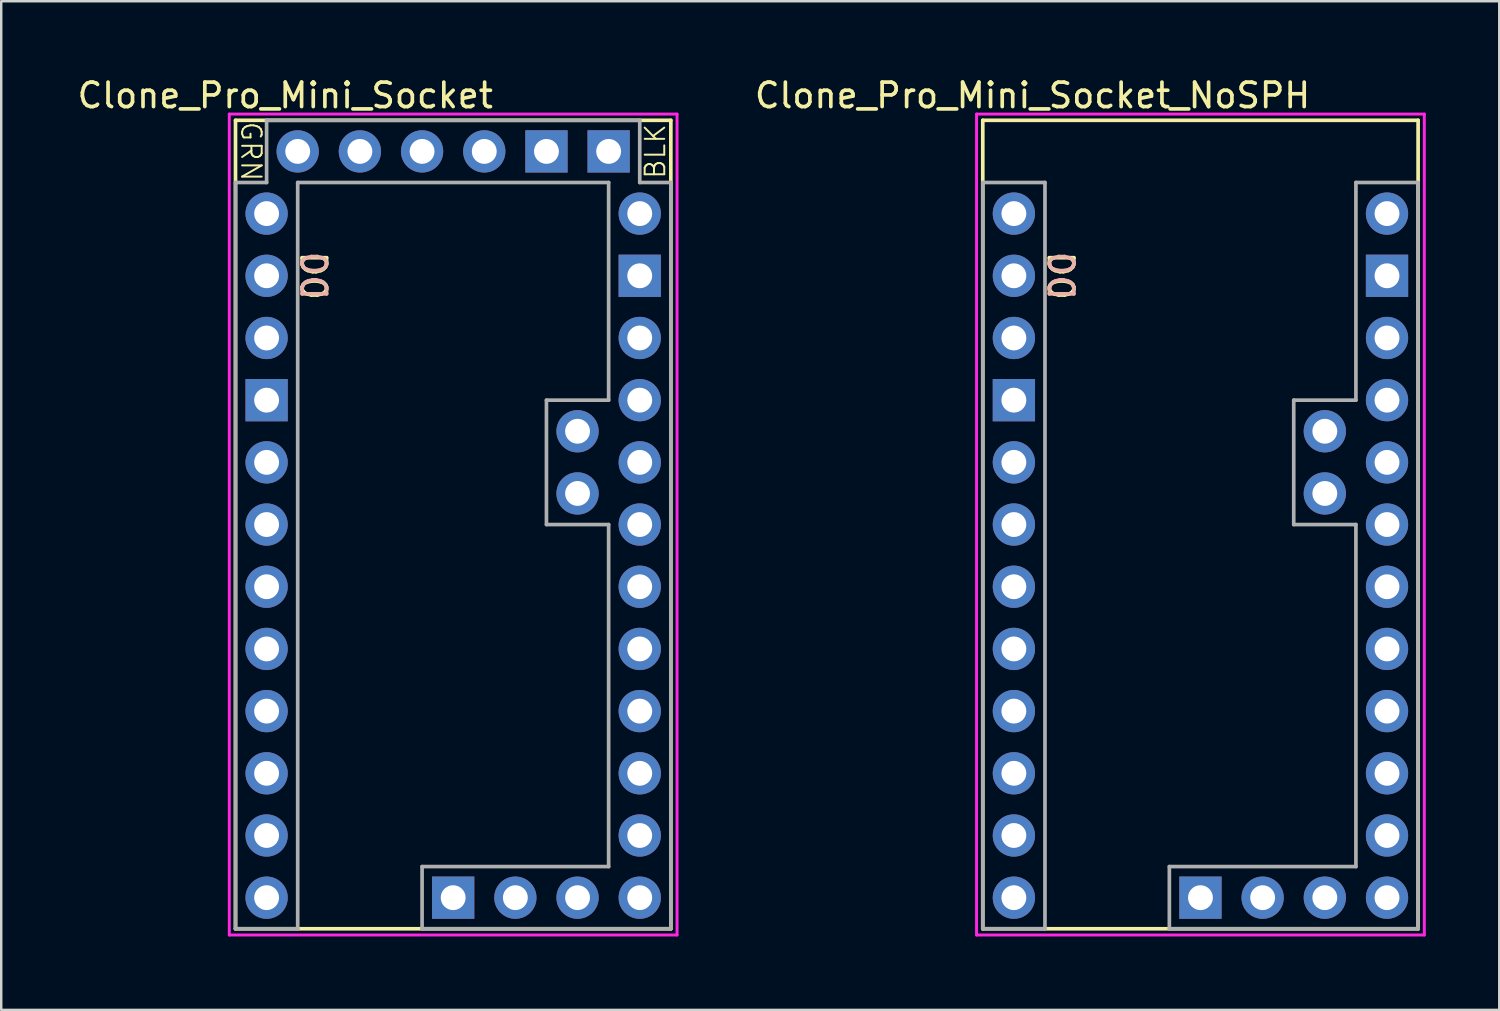
<source format=kicad_pcb>
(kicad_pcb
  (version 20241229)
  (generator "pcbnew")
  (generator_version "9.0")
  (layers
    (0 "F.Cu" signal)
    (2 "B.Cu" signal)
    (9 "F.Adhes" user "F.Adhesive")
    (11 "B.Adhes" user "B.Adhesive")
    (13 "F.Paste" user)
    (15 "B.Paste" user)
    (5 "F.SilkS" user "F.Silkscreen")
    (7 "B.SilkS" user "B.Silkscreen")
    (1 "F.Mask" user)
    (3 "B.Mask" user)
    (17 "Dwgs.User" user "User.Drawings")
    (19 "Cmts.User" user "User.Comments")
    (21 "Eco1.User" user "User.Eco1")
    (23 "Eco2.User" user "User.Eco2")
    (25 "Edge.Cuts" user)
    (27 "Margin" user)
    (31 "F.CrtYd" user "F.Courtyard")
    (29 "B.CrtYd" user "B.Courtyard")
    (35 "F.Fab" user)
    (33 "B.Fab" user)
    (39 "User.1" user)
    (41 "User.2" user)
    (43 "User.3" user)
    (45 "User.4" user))
  (footprint "Clone_Pro_Mini_Socket"
    (layer "F.Cu")
    (at 15.459 18.374)
    (property "Reference" "Clone_Pro_Mini_Socket" (at -6.858 -17.526 0) (layer "F.SilkS") (effects (font (size 1 1) (thickness 0.15))))
    (attr through_hole)
    (fp_line (start -8.89 -16.51) (end -8.89 16.51) (stroke (width 0.15) (type solid)) (layer "F.SilkS"))
    (fp_line (start 8.89 -16.51) (end -8.89 -16.51) (stroke (width 0.15) (type solid)) (layer "F.SilkS"))
    (fp_line (start 8.89 -16.51) (end 8.89 16.51) (stroke (width 0.15) (type solid)) (layer "F.SilkS"))
    (fp_line (start 8.89 16.51) (end -8.89 16.51) (stroke (width 0.15) (type solid)) (layer "F.SilkS"))
    (fp_line (start -9.144 -16.764) (end 9.144 -16.764) (stroke (width 0.12) (type solid)) (layer "F.CrtYd"))
    (fp_line (start -9.144 16.764) (end -9.144 -16.764) (stroke (width 0.12) (type solid)) (layer "F.CrtYd"))
    (fp_line (start 9.144 -16.764) (end 9.144 16.764) (stroke (width 0.12) (type solid)) (layer "F.CrtYd"))
    (fp_line (start 9.144 16.764) (end -9.144 16.764) (stroke (width 0.12) (type solid)) (layer "F.CrtYd"))
    (fp_line (start -8.89 -13.97) (end -8.89 16.51) (stroke (width 0.15) (type solid)) (layer "F.Fab"))
    (fp_line (start -8.89 -13.97) (end -7.62 -13.97) (stroke (width 0.15) (type solid)) (layer "F.Fab"))
    (fp_line (start -8.89 16.51) (end -6.35 16.51) (stroke (width 0.15) (type solid)) (layer "F.Fab"))
    (fp_line (start -7.62 -16.51) (end -7.62 -13.97) (stroke (width 0.15) (type solid)) (layer "F.Fab"))
    (fp_line (start -7.62 -16.51) (end 7.62 -16.51) (stroke (width 0.15) (type solid)) (layer "F.Fab"))
    (fp_line (start -6.35 -13.97) (end -6.35 16.51) (stroke (width 0.15) (type solid)) (layer "F.Fab"))
    (fp_line (start -6.35 -13.97) (end 6.35 -13.97) (stroke (width 0.15) (type solid)) (layer "F.Fab"))
    (fp_line (start -1.27 13.97) (end -1.27 16.51) (stroke (width 0.15) (type solid)) (layer "F.Fab"))
    (fp_line (start -1.27 16.51) (end 8.89 16.51) (stroke (width 0.15) (type solid)) (layer "F.Fab"))
    (fp_line (start 3.81 -5.08) (end 3.81 0) (stroke (width 0.15) (type solid)) (layer "F.Fab"))
    (fp_line (start 3.81 0) (end 6.35 0) (stroke (width 0.15) (type solid)) (layer "F.Fab"))
    (fp_line (start 6.35 -13.97) (end 6.35 -5.08) (stroke (width 0.15) (type solid)) (layer "F.Fab"))
    (fp_line (start 6.35 -5.08) (end 3.81 -5.08) (stroke (width 0.15) (type solid)) (layer "F.Fab"))
    (fp_line (start 6.35 0) (end 6.35 13.97) (stroke (width 0.15) (type solid)) (layer "F.Fab"))
    (fp_line (start 6.35 13.97) (end -1.27 13.97) (stroke (width 0.15) (type solid)) (layer "F.Fab"))
    (fp_line (start 7.62 -16.51) (end 7.62 -13.97) (stroke (width 0.15) (type solid)) (layer "F.Fab"))
    (fp_line (start 7.62 -13.97) (end 8.89 -13.97) (stroke (width 0.15) (type solid)) (layer "F.Fab"))
    (fp_line (start 8.89 -13.97) (end 8.89 16.51) (stroke (width 0.15) (type solid)) (layer "F.Fab"))
    (fp_text user "BLK" (at 8.255 -15.24 90) (layer "F.SilkS") (effects (font (size 0.8 0.8) (thickness 0.08))))
    (fp_text user "GRN" (at -8.255 -15.24 270) (unlocked yes) (layer "F.SilkS") (effects (font (size 0.8 0.8) (thickness 0.08))))
    (fp_text user "D0" (at -5.715 -10.16 270) (unlocked yes) (layer "F.SilkS") (effects (font (size 1 1) (thickness 0.15))))
    (fp_text user "D0" (at -5.715 -10.16 270) (unlocked yes) (layer "B.SilkS") (effects (font (size 1 1) (thickness 0.15)) (justify mirror)))
    (pad "A0" thru_hole circle (at 7.62 5.08) (size 1.727 1.727) (drill 1.016) (layers "*.Cu" "*.Mask"))
    (pad "A1" thru_hole circle (at 7.62 2.54) (size 1.727 1.727) (drill 1.016) (layers "*.Cu" "*.Mask"))
    (pad "A2" thru_hole circle (at 7.62 0) (size 1.727 1.727) (drill 1.016) (layers "*.Cu" "*.Mask"))
    (pad "A3" thru_hole circle (at 7.62 -2.54) (size 1.727 1.727) (drill 1.016) (layers "*.Cu" "*.Mask"))
    (pad "A4" thru_hole circle (at 5.08 -1.27) (size 1.727 1.727) (drill 1.016) (layers "*.Cu" "*.Mask"))
    (pad "A5" thru_hole circle (at 5.08 -3.81) (size 1.727 1.727) (drill 1.016) (layers "*.Cu" "*.Mask"))
    (pad "A6" thru_hole circle (at 2.54 15.24) (size 1.727 1.727) (drill 1.016) (layers "*.Cu" "*.Mask"))
    (pad "A7" thru_hole circle (at 5.08 15.24) (size 1.727 1.727) (drill 1.016) (layers "*.Cu" "*.Mask"))
    (pad "D0" thru_hole circle (at -7.62 -10.16) (size 1.727 1.727) (drill 1.016) (layers "*.Cu" "*.Mask"))
    (pad "D1" thru_hole circle (at -7.62 -12.7) (size 1.727 1.727) (drill 1.016) (layers "*.Cu" "*.Mask"))
    (pad "D2" thru_hole circle (at -7.62 -2.54) (size 1.727 1.727) (drill 1.016) (layers "*.Cu" "*.Mask"))
    (pad "D3" thru_hole circle (at -7.62 0) (size 1.727 1.727) (drill 1.016) (layers "*.Cu" "*.Mask"))
    (pad "D4" thru_hole circle (at -7.62 2.54) (size 1.727 1.727) (drill 1.016) (layers "*.Cu" "*.Mask"))
    (pad "D5" thru_hole circle (at -7.62 5.08) (size 1.727 1.727) (drill 1.016) (layers "*.Cu" "*.Mask"))
    (pad "D6" thru_hole circle (at -7.62 7.62) (size 1.727 1.727) (drill 1.016) (layers "*.Cu" "*.Mask"))
    (pad "D7" thru_hole circle (at -7.62 10.16) (size 1.727 1.727) (drill 1.016) (layers "*.Cu" "*.Mask"))
    (pad "D8" thru_hole circle (at -7.62 12.7) (size 1.727 1.727) (drill 1.016) (layers "*.Cu" "*.Mask"))
    (pad "D9" thru_hole circle (at -7.62 15.24) (size 1.727 1.727) (drill 1.016) (layers "*.Cu" "*.Mask"))
    (pad "D10" thru_hole circle (at 7.62 15.24) (size 1.727 1.727) (drill 1.016) (layers "*.Cu" "*.Mask"))
    (pad "D11" thru_hole circle (at 7.62 12.7) (size 1.727 1.727) (drill 1.016) (layers "*.Cu" "*.Mask"))
    (pad "D12" thru_hole circle (at 7.62 10.16) (size 1.727 1.727) (drill 1.016) (layers "*.Cu" "*.Mask"))
    (pad "D13" thru_hole circle (at 7.62 7.62) (size 1.727 1.727) (drill 1.016) (layers "*.Cu" "*.Mask"))
    (pad "DTR" thru_hole circle (at -6.35 -15.24) (size 1.727 1.727) (drill 1.016) (layers "*.Cu" "*.Mask"))
    (pad "GND1" thru_hole rect (at -7.62 -5.08) (size 1.727 1.727) (drill 1.016) (layers "*.Cu" "*.Mask"))
    (pad "GND2" thru_hole rect (at 7.62 -10.16) (size 1.727 1.727) (drill 1.016) (layers "*.Cu" "*.Mask"))
    (pad "GND3" thru_hole rect (at 0 15.24) (size 1.727 1.727) (drill 1.016) (layers "*.Cu" "*.Mask"))
    (pad "GND4" thru_hole rect (at 3.81 -15.24) (size 1.727 1.727) (drill 1.016) (layers "*.Cu" "*.Mask"))
    (pad "GND5" thru_hole rect (at 6.35 -15.24) (size 1.727 1.727) (drill 1.016) (layers "*.Cu" "*.Mask"))
    (pad "RAW" thru_hole circle (at 7.62 -12.7) (size 1.727 1.727) (drill 1.016) (layers "*.Cu" "*.Mask"))
    (pad "RST1" thru_hole circle (at -7.62 -7.62) (size 1.727 1.727) (drill 1.016) (layers "*.Cu" "*.Mask"))
    (pad "RST2" thru_hole circle (at 7.62 -7.62) (size 1.727 1.727) (drill 1.016) (layers "*.Cu" "*.Mask"))
    (pad "RXI" thru_hole circle (at -1.27 -15.24) (size 1.727 1.727) (drill 1.016) (layers "*.Cu" "*.Mask"))
    (pad "TXO" thru_hole circle (at -3.81 -15.24) (size 1.727 1.727) (drill 1.016) (layers "*.Cu" "*.Mask"))
    (pad "Vcc1" thru_hole circle (at 7.62 -5.08) (size 1.727 1.727) (drill 1.016) (layers "*.Cu" "*.Mask"))
    (pad "Vcc2" thru_hole circle (at 1.27 -15.24) (size 1.727 1.727) (drill 1.016) (layers "*.Cu" "*.Mask")))
  (footprint "Clone_Pro_Mini_Socket_NoSPH"
    (layer "F.Cu")
    (at 45.98 18.374)
    (property "Reference" "Clone_Pro_Mini_Socket_NoSPH" (at -6.858 -17.526 0) (layer "F.SilkS") (effects (font (size 1 1) (thickness 0.15))))
    (attr through_hole)
    (fp_line (start -8.89 -16.51) (end -8.89 16.51) (stroke (width 0.15) (type solid)) (layer "F.SilkS"))
    (fp_line (start 8.89 -16.51) (end -8.89 -16.51) (stroke (width 0.15) (type solid)) (layer "F.SilkS"))
    (fp_line (start 8.89 -16.51) (end 8.89 16.51) (stroke (width 0.15) (type solid)) (layer "F.SilkS"))
    (fp_line (start 8.89 16.51) (end -8.89 16.51) (stroke (width 0.15) (type solid)) (layer "F.SilkS"))
    (fp_line (start -9.144 -16.764) (end 9.144 -16.764) (stroke (width 0.12) (type solid)) (layer "F.CrtYd"))
    (fp_line (start -9.144 16.764) (end -9.144 -16.764) (stroke (width 0.12) (type solid)) (layer "F.CrtYd"))
    (fp_line (start 9.144 -16.764) (end 9.144 16.764) (stroke (width 0.12) (type solid)) (layer "F.CrtYd"))
    (fp_line (start 9.144 16.764) (end -9.144 16.764) (stroke (width 0.12) (type solid)) (layer "F.CrtYd"))
    (fp_line (start -8.89 -13.97) (end -8.89 16.51) (stroke (width 0.15) (type solid)) (layer "F.Fab"))
    (fp_line (start -8.89 -13.97) (end -6.35 -13.97) (stroke (width 0.15) (type solid)) (layer "F.Fab"))
    (fp_line (start -8.89 16.51) (end -6.35 16.51) (stroke (width 0.15) (type solid)) (layer "F.Fab"))
    (fp_line (start -6.35 -13.97) (end -6.35 16.51) (stroke (width 0.15) (type solid)) (layer "F.Fab"))
    (fp_line (start -1.27 13.97) (end -1.27 16.51) (stroke (width 0.15) (type solid)) (layer "F.Fab"))
    (fp_line (start -1.27 16.51) (end 8.89 16.51) (stroke (width 0.15) (type solid)) (layer "F.Fab"))
    (fp_line (start 3.81 -5.08) (end 3.81 0) (stroke (width 0.15) (type solid)) (layer "F.Fab"))
    (fp_line (start 3.81 0) (end 6.35 0) (stroke (width 0.15) (type solid)) (layer "F.Fab"))
    (fp_line (start 6.35 -13.97) (end 6.35 -5.08) (stroke (width 0.15) (type solid)) (layer "F.Fab"))
    (fp_line (start 6.35 -13.97) (end 8.89 -13.97) (stroke (width 0.15) (type solid)) (layer "F.Fab"))
    (fp_line (start 6.35 -5.08) (end 3.81 -5.08) (stroke (width 0.15) (type solid)) (layer "F.Fab"))
    (fp_line (start 6.35 0) (end 6.35 13.97) (stroke (width 0.15) (type solid)) (layer "F.Fab"))
    (fp_line (start 6.35 13.97) (end -1.27 13.97) (stroke (width 0.15) (type solid)) (layer "F.Fab"))
    (fp_line (start 8.89 -13.97) (end 8.89 16.51) (stroke (width 0.15) (type solid)) (layer "F.Fab"))
    (fp_text user "D0" (at -5.715 -10.16 270) (unlocked yes) (layer "F.SilkS") (effects (font (size 1 1) (thickness 0.15))))
    (fp_text user "D0" (at -5.715 -10.16 270) (unlocked yes) (layer "B.SilkS") (effects (font (size 1 1) (thickness 0.15)) (justify mirror)))
    (pad "A0" thru_hole circle (at 7.62 5.08) (size 1.727 1.727) (drill 1.016) (layers "*.Cu" "*.Mask"))
    (pad "A1" thru_hole circle (at 7.62 2.54) (size 1.727 1.727) (drill 1.016) (layers "*.Cu" "*.Mask"))
    (pad "A2" thru_hole circle (at 7.62 0) (size 1.727 1.727) (drill 1.016) (layers "*.Cu" "*.Mask"))
    (pad "A3" thru_hole circle (at 7.62 -2.54) (size 1.727 1.727) (drill 1.016) (layers "*.Cu" "*.Mask"))
    (pad "A4" thru_hole circle (at 5.08 -1.27) (size 1.727 1.727) (drill 1.016) (layers "*.Cu" "*.Mask"))
    (pad "A5" thru_hole circle (at 5.08 -3.81) (size 1.727 1.727) (drill 1.016) (layers "*.Cu" "*.Mask"))
    (pad "A6" thru_hole circle (at 2.54 15.24) (size 1.727 1.727) (drill 1.016) (layers "*.Cu" "*.Mask"))
    (pad "A7" thru_hole circle (at 5.08 15.24) (size 1.727 1.727) (drill 1.016) (layers "*.Cu" "*.Mask"))
    (pad "D0" thru_hole circle (at -7.62 -10.16) (size 1.727 1.727) (drill 1.016) (layers "*.Cu" "*.Mask"))
    (pad "D1" thru_hole circle (at -7.62 -12.7) (size 1.727 1.727) (drill 1.016) (layers "*.Cu" "*.Mask"))
    (pad "D2" thru_hole circle (at -7.62 -2.54) (size 1.727 1.727) (drill 1.016) (layers "*.Cu" "*.Mask"))
    (pad "D3" thru_hole circle (at -7.62 0) (size 1.727 1.727) (drill 1.016) (layers "*.Cu" "*.Mask"))
    (pad "D4" thru_hole circle (at -7.62 2.54) (size 1.727 1.727) (drill 1.016) (layers "*.Cu" "*.Mask"))
    (pad "D5" thru_hole circle (at -7.62 5.08) (size 1.727 1.727) (drill 1.016) (layers "*.Cu" "*.Mask"))
    (pad "D6" thru_hole circle (at -7.62 7.62) (size 1.727 1.727) (drill 1.016) (layers "*.Cu" "*.Mask"))
    (pad "D7" thru_hole circle (at -7.62 10.16) (size 1.727 1.727) (drill 1.016) (layers "*.Cu" "*.Mask"))
    (pad "D8" thru_hole circle (at -7.62 12.7) (size 1.727 1.727) (drill 1.016) (layers "*.Cu" "*.Mask"))
    (pad "D9" thru_hole circle (at -7.62 15.24) (size 1.727 1.727) (drill 1.016) (layers "*.Cu" "*.Mask"))
    (pad "D10" thru_hole circle (at 7.62 15.24) (size 1.727 1.727) (drill 1.016) (layers "*.Cu" "*.Mask"))
    (pad "D11" thru_hole circle (at 7.62 12.7) (size 1.727 1.727) (drill 1.016) (layers "*.Cu" "*.Mask"))
    (pad "D12" thru_hole circle (at 7.62 10.16) (size 1.727 1.727) (drill 1.016) (layers "*.Cu" "*.Mask"))
    (pad "D13" thru_hole circle (at 7.62 7.62) (size 1.727 1.727) (drill 1.016) (layers "*.Cu" "*.Mask"))
    (pad "GND1" thru_hole rect (at -7.62 -5.08) (size 1.727 1.727) (drill 1.016) (layers "*.Cu" "*.Mask"))
    (pad "GND2" thru_hole rect (at 7.62 -10.16) (size 1.727 1.727) (drill 1.016) (layers "*.Cu" "*.Mask"))
    (pad "GND3" thru_hole rect (at 0 15.24) (size 1.727 1.727) (drill 1.016) (layers "*.Cu" "*.Mask"))
    (pad "RAW" thru_hole circle (at 7.62 -12.7) (size 1.727 1.727) (drill 1.016) (layers "*.Cu" "*.Mask"))
    (pad "RST1" thru_hole circle (at -7.62 -7.62) (size 1.727 1.727) (drill 1.016) (layers "*.Cu" "*.Mask"))
    (pad "RST2" thru_hole circle (at 7.62 -7.62) (size 1.727 1.727) (drill 1.016) (layers "*.Cu" "*.Mask"))
    (pad "Vcc1" thru_hole circle (at 7.62 -5.08) (size 1.727 1.727) (drill 1.016) (layers "*.Cu" "*.Mask")))
  (gr_rect
    (start -3 -3)
    (end 58.184 38.198)
    (stroke (width 0.1) (type default))
    (fill no)
    (layer "Edge.Cuts")))
</source>
